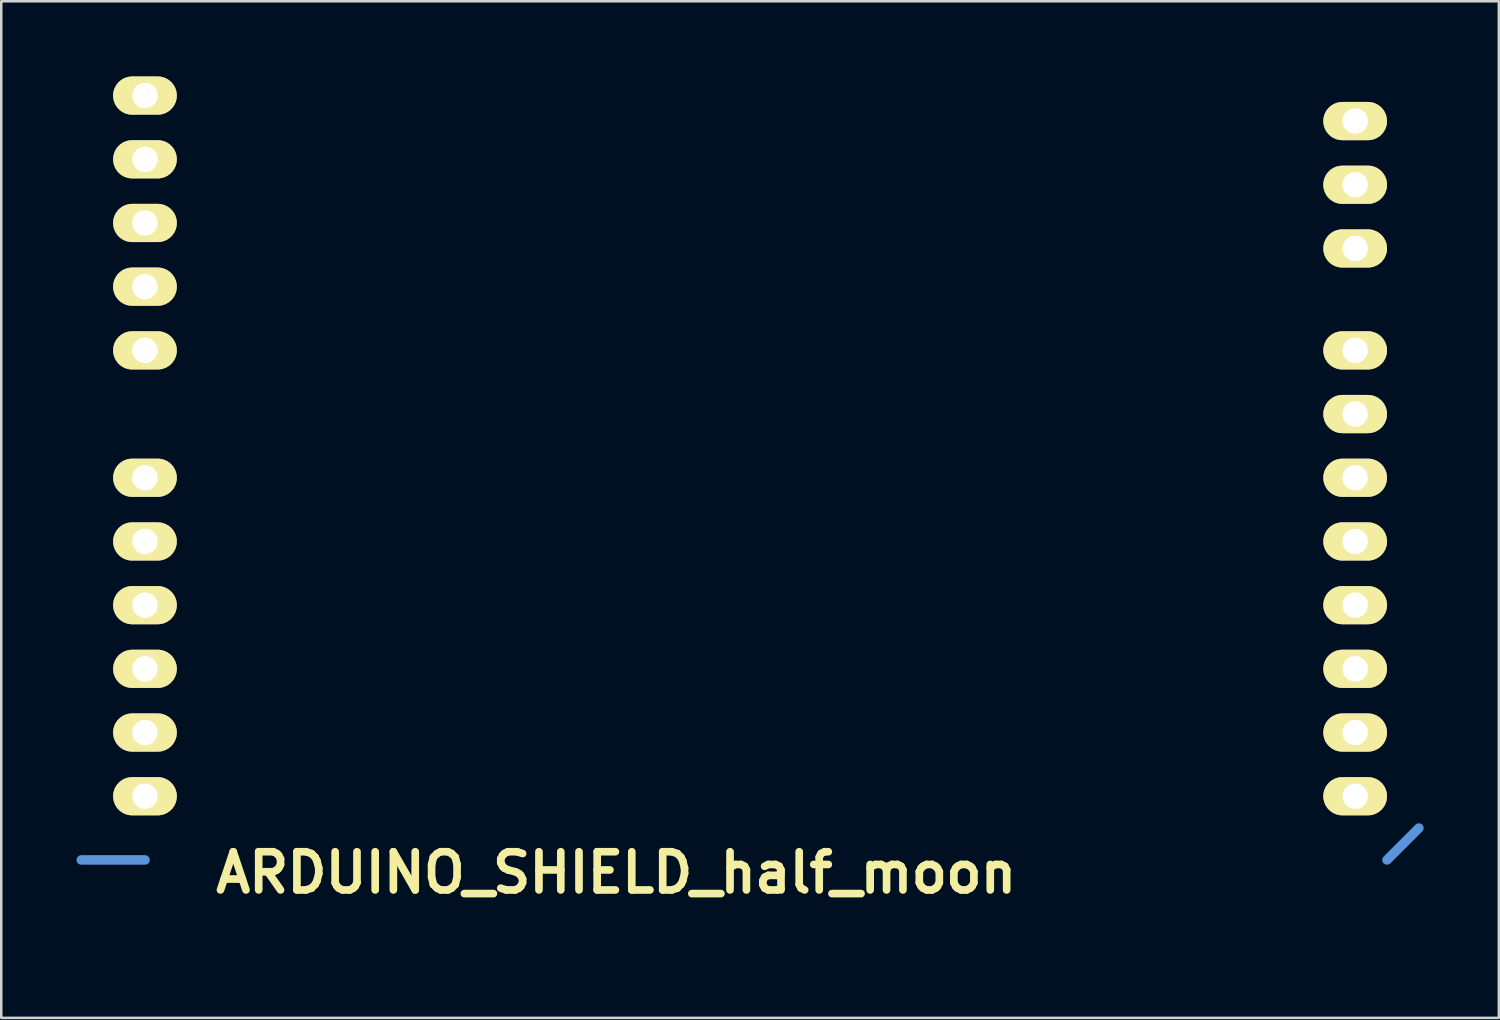
<source format=kicad_pcb>
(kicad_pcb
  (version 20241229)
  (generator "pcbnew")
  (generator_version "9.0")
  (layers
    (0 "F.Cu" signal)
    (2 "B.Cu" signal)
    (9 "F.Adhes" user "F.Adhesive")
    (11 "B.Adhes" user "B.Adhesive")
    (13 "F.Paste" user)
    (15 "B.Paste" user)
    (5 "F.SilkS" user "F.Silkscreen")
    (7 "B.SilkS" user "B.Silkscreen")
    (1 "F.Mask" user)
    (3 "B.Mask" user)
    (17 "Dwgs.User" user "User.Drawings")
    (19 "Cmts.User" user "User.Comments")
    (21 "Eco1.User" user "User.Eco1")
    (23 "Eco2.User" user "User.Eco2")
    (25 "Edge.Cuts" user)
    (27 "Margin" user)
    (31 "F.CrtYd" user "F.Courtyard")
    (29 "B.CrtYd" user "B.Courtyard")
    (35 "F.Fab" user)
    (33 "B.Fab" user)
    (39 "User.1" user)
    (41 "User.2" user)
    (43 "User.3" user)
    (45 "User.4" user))
  (footprint "ARDUINO_SHIELD_half_moon"
    (layer "F.Cu")
    (at 24.067 34.29)
    (property "Reference" "ARDUINO_SHIELD_half_moon" (at -2.54 -2.54 180) (layer "F.SilkS") (effects (font (size 1.524 1.524) (thickness 0.305))))
    (attr through_hole)
    (fp_line (start -21.336 -3.048) (end -23.876 -3.048) (stroke (width 0.381) (type solid)) (layer "Cmts.User"))
    (fp_line (start 28.194 -3.048) (end 29.464 -4.318) (stroke (width 0.381) (type solid)) (layer "Cmts.User"))
    (pad "1" thru_hole oval (at -21.336 -33.528) (size 2.54 1.524) (drill 1.016) (layers "*.Cu" "*.Mask" "F.SilkS"))
    (pad "2" thru_hole oval (at -21.336 -30.988) (size 2.54 1.524) (drill 1.016) (layers "*.Cu" "*.Mask" "F.SilkS"))
    (pad "3" thru_hole oval (at -21.336 -28.448) (size 2.54 1.524) (drill 1.016) (layers "*.Cu" "*.Mask" "F.SilkS"))
    (pad "4" thru_hole oval (at -21.336 -25.908) (size 2.54 1.524) (drill 1.016) (layers "*.Cu" "*.Mask" "F.SilkS"))
    (pad "5" thru_hole oval (at -21.336 -23.368) (size 2.54 1.524) (drill 1.016) (layers "*.Cu" "*.Mask" "F.SilkS"))
    (pad "6" thru_hole oval (at -21.336 -18.288) (size 2.54 1.524) (drill 1.016) (layers "*.Cu" "*.Mask" "F.SilkS"))
    (pad "7" thru_hole oval (at -21.336 -15.748) (size 2.54 1.524) (drill 1.016) (layers "*.Cu" "*.Mask" "F.SilkS"))
    (pad "8" thru_hole oval (at -21.336 -13.208) (size 2.54 1.524) (drill 1.016) (layers "*.Cu" "*.Mask" "F.SilkS"))
    (pad "9" thru_hole oval (at -21.336 -10.668) (size 2.54 1.524) (drill 1.016) (layers "*.Cu" "*.Mask" "F.SilkS"))
    (pad "10" thru_hole oval (at -21.336 -8.128) (size 2.54 1.524) (drill 1.016) (layers "*.Cu" "*.Mask" "F.SilkS"))
    (pad "11" thru_hole oval (at -21.336 -5.588) (size 2.54 1.524) (drill 1.016) (layers "*.Cu" "*.Mask" "F.SilkS"))
    (pad "12" thru_hole oval (at 26.924 -5.588) (size 2.54 1.524) (drill 1.016) (layers "*.Cu" "*.Mask" "F.SilkS"))
    (pad "13" thru_hole oval (at 26.924 -8.128) (size 2.54 1.524) (drill 1.016) (layers "*.Cu" "*.Mask" "F.SilkS"))
    (pad "14" thru_hole oval (at 26.924 -10.668) (size 2.54 1.524) (drill 1.016) (layers "*.Cu" "*.Mask" "F.SilkS"))
    (pad "15" thru_hole oval (at 26.924 -13.208) (size 2.54 1.524) (drill 1.016) (layers "*.Cu" "*.Mask" "F.SilkS"))
    (pad "16" thru_hole oval (at 26.924 -15.748) (size 2.54 1.524) (drill 1.016) (layers "*.Cu" "*.Mask" "F.SilkS"))
    (pad "17" thru_hole oval (at 26.924 -18.288) (size 2.54 1.524) (drill 1.016) (layers "*.Cu" "*.Mask" "F.SilkS"))
    (pad "18" thru_hole oval (at 26.924 -20.828) (size 2.54 1.524) (drill 1.016) (layers "*.Cu" "*.Mask" "F.SilkS"))
    (pad "19" thru_hole oval (at 26.924 -23.368) (size 2.54 1.524) (drill 1.016) (layers "*.Cu" "*.Mask" "F.SilkS"))
    (pad "20" thru_hole oval (at 26.924 -27.432) (size 2.54 1.524) (drill 1.016) (layers "*.Cu" "*.Mask" "F.SilkS"))
    (pad "21" thru_hole oval (at 26.924 -29.972) (size 2.54 1.524) (drill 1.016) (layers "*.Cu" "*.Mask" "F.SilkS"))
    (pad "22" thru_hole oval (at 26.924 -32.512) (size 2.54 1.524) (drill 1.016) (layers "*.Cu" "*.Mask" "F.SilkS")))
  (gr_rect
    (start -3 -3)
    (end 56.721 37.54)
    (stroke (width 0.1) (type default))
    (fill no)
    (layer "Edge.Cuts")))
</source>
